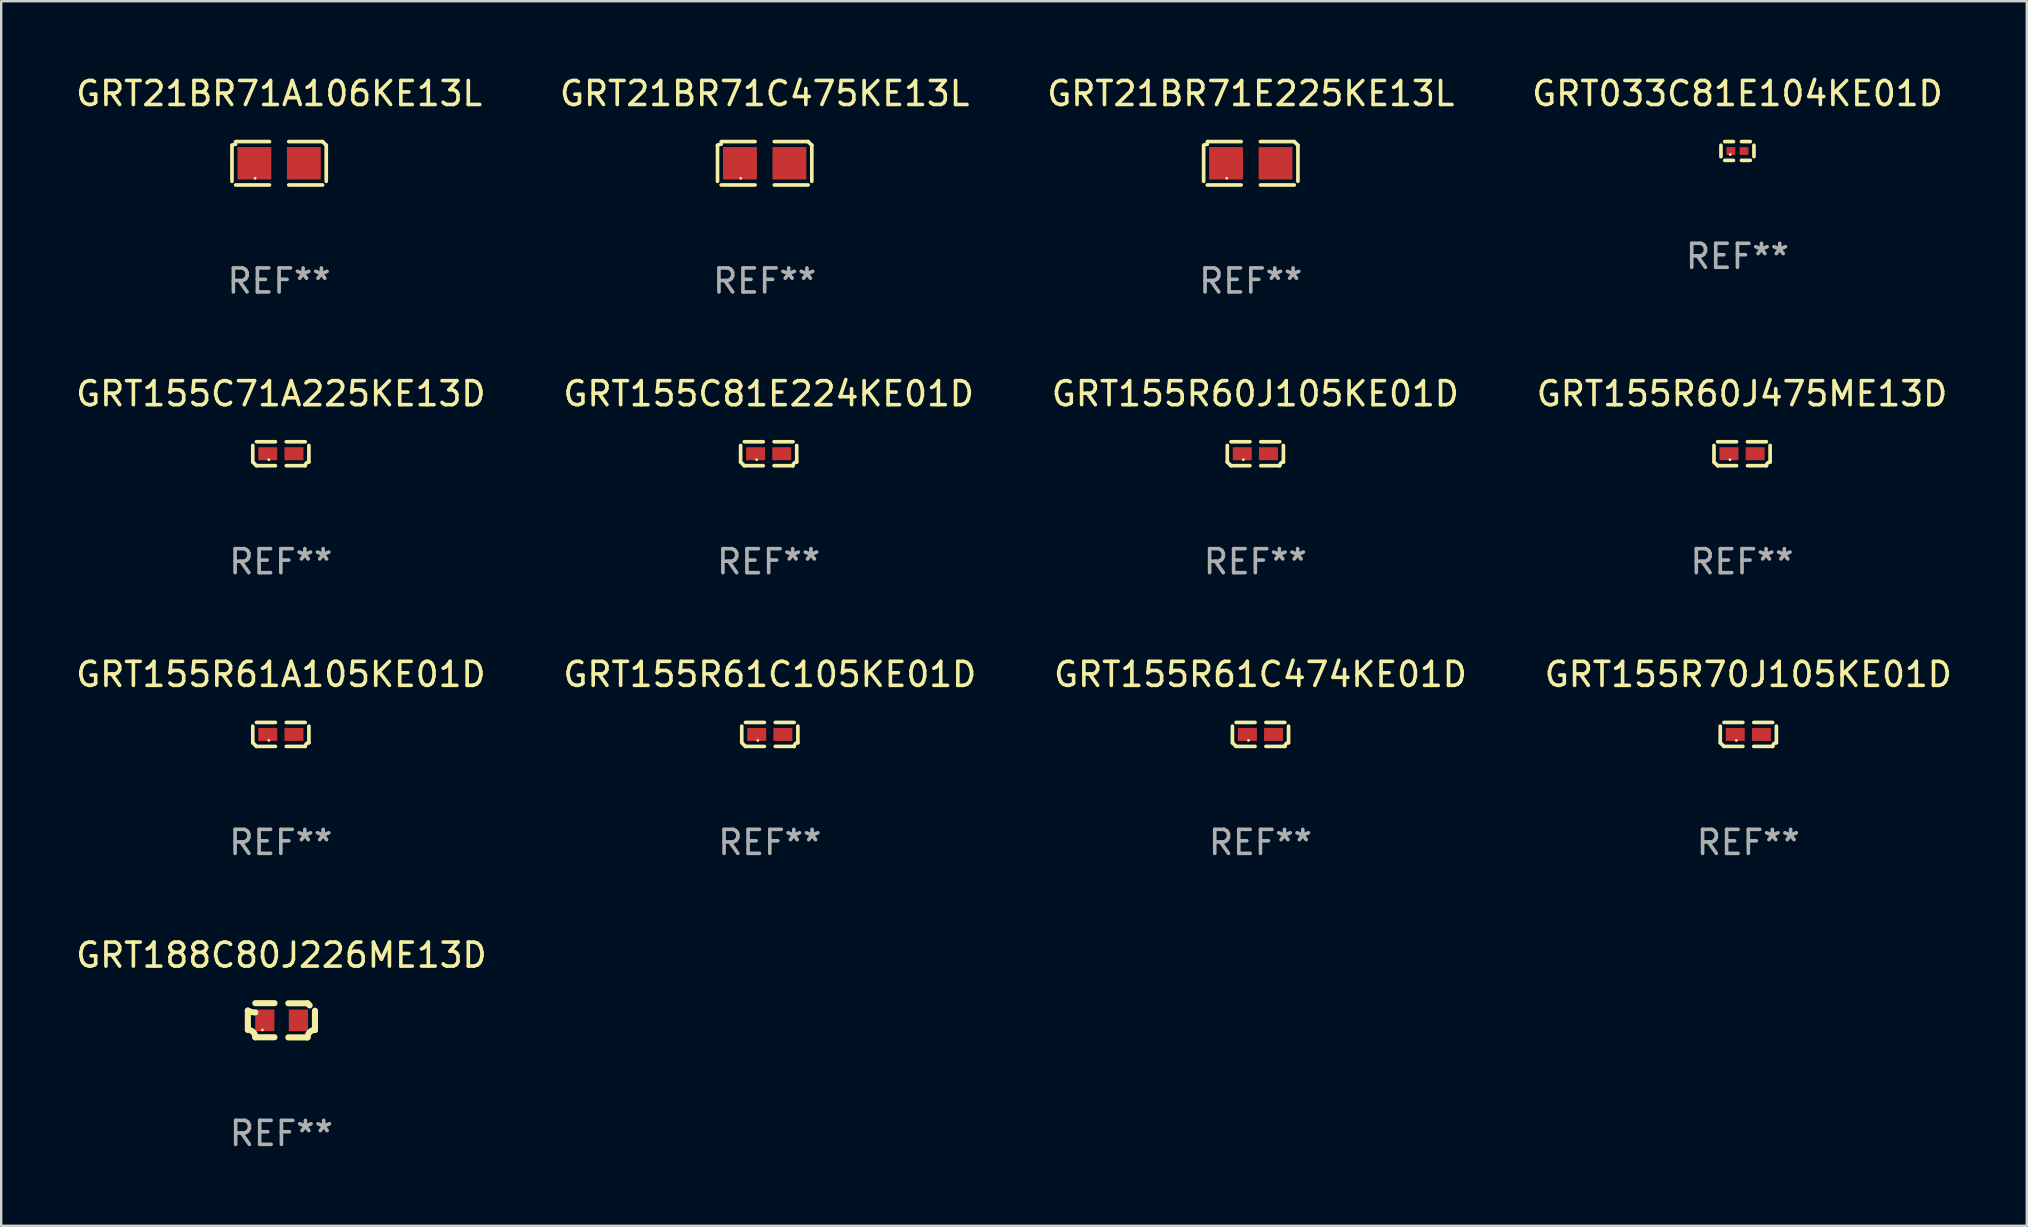
<source format=kicad_pcb>
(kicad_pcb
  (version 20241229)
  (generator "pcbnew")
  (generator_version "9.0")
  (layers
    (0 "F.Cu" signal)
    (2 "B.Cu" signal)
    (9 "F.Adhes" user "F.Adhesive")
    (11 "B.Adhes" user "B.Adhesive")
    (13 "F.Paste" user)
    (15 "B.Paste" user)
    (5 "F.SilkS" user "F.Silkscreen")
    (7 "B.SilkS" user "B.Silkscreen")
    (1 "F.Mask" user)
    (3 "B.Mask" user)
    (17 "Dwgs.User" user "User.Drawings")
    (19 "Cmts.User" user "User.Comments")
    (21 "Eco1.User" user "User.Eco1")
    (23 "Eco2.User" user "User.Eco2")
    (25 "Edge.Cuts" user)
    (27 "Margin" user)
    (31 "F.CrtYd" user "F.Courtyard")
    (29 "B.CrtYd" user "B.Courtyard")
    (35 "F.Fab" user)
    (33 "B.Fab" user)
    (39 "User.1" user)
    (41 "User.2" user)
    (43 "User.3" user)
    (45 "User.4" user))
  (footprint "GRT155R60J475ME13D"
    (layer "F.Cu")
    (at 69.518 15.851)
    (property "Reference" "GRT155R60J475ME13D" (at 0 -2.499 0) (layer "F.SilkS") (effects (font (size 1 1) (thickness 0.15))))
    (attr through_hole)
    (fp_line (start -1.169 0.346) (end -1.169 -0.346) (stroke (width 0.152) (type solid)) (layer "F.SilkS"))
    (fp_line (start -1.016 -0.499) (end -0.226 -0.499) (stroke (width 0.152) (type solid)) (layer "F.SilkS"))
    (fp_line (start -0.226 0.499) (end -1.016 0.499) (stroke (width 0.152) (type solid)) (layer "F.SilkS"))
    (fp_line (start 0.226 0.499) (end 1.016 0.499) (stroke (width 0.152) (type solid)) (layer "F.SilkS"))
    (fp_line (start 1.016 -0.499) (end 0.226 -0.499) (stroke (width 0.152) (type solid)) (layer "F.SilkS"))
    (fp_line (start 1.169 0.346) (end 1.169 -0.346) (stroke (width 0.152) (type solid)) (layer "F.SilkS"))
    (fp_arc (start -1.016307 0.498603) (mid -1.092512 0.422405) (end -1.16871 0.3462) (stroke (width 0.1524) (type solid)) (layer "F.SilkS"))
    (fp_arc (start 1.016307 0.498603) (mid 1.060899 0.390758) (end 1.168707 0.346076) (stroke (width 0.1524) (type solid)) (layer "F.SilkS"))
    (fp_circle (center -0.5 0.25) (end -0.47 0.25) (stroke (width 0.06) (type solid)) (fill no) (layer "F.SilkS"))
    (fp_text user "REF**" (at 0 4.499 0) (layer "F.Fab") (effects (font (size 1 1) (thickness 0.15))))
    (pad "1" smd rect (at -0.545 0) (size 0.79 0.54) (layers "F.Cu" "F.Mask" "F.Paste"))
    (pad "2" smd rect (at 0.545 0) (size 0.79 0.54) (layers "F.Cu" "F.Mask" "F.Paste")))
  (footprint "GRT155R70J105KE01D"
    (layer "F.Cu")
    (at 69.78 27.544)
    (property "Reference" "GRT155R70J105KE01D" (at 0 -2.499 0) (layer "F.SilkS") (effects (font (size 1 1) (thickness 0.15))))
    (attr through_hole)
    (fp_line (start -1.169 0.346) (end -1.169 -0.346) (stroke (width 0.152) (type solid)) (layer "F.SilkS"))
    (fp_line (start -1.016 -0.499) (end -0.226 -0.499) (stroke (width 0.152) (type solid)) (layer "F.SilkS"))
    (fp_line (start -0.226 0.499) (end -1.016 0.499) (stroke (width 0.152) (type solid)) (layer "F.SilkS"))
    (fp_line (start 0.226 0.499) (end 1.016 0.499) (stroke (width 0.152) (type solid)) (layer "F.SilkS"))
    (fp_line (start 1.016 -0.499) (end 0.226 -0.499) (stroke (width 0.152) (type solid)) (layer "F.SilkS"))
    (fp_line (start 1.169 0.346) (end 1.169 -0.346) (stroke (width 0.152) (type solid)) (layer "F.SilkS"))
    (fp_arc (start -1.016307 0.498603) (mid -1.092512 0.422405) (end -1.16871 0.3462) (stroke (width 0.1524) (type solid)) (layer "F.SilkS"))
    (fp_arc (start 1.016307 0.498603) (mid 1.060899 0.390758) (end 1.168707 0.346076) (stroke (width 0.1524) (type solid)) (layer "F.SilkS"))
    (fp_circle (center -0.5 0.25) (end -0.47 0.25) (stroke (width 0.06) (type solid)) (fill no) (layer "F.SilkS"))
    (fp_text user "REF**" (at 0 4.499 0) (layer "F.Fab") (effects (font (size 1 1) (thickness 0.15))))
    (pad "1" smd rect (at -0.545 0) (size 0.79 0.54) (layers "F.Cu" "F.Mask" "F.Paste"))
    (pad "2" smd rect (at 0.545 0) (size 0.79 0.54) (layers "F.Cu" "F.Mask" "F.Paste")))
  (footprint "GRT188C80J226ME13D"
    (layer "F.Cu")
    (at 8.673 39.452)
    (property "Reference" "GRT188C80J226ME13D" (at 0 -2.713 0) (layer "F.SilkS") (effects (font (size 1 1) (thickness 0.15))))
    (attr through_hole)
    (fp_line (start -1.398 -0.403) (end -1.398 0.397) (stroke (width 0.254) (type solid)) (layer "F.SilkS"))
    (fp_line (start -0.288 -0.713) (end -1.088 -0.713) (stroke (width 0.254) (type solid)) (layer "F.SilkS"))
    (fp_line (start -0.288 0.707) (end -1.088 0.707) (stroke (width 0.254) (type solid)) (layer "F.SilkS"))
    (fp_line (start 0.288 -0.707) (end 1.088 -0.707) (stroke (width 0.254) (type solid)) (layer "F.SilkS"))
    (fp_line (start 0.288 0.713) (end 1.088 0.713) (stroke (width 0.254) (type solid)) (layer "F.SilkS"))
    (fp_line (start 1.398 -0.397) (end 1.398 0.403) (stroke (width 0.254) (type solid)) (layer "F.SilkS"))
    (fp_arc (start -1.397789 0.397066) (mid -1.178701 0.487826) (end -1.08796 0.706922) (stroke (width 0.254001) (type solid)) (layer "F.SilkS"))
    (fp_arc (start -1.08796 -0.327176) (mid -1.247436 -0.346384) (end -1.39779 -0.402908) (stroke (width 0.254001) (type solid)) (layer "F.SilkS"))
    (fp_arc (start 1.087909 0.712738) (mid 1.178656 0.493655) (end 1.397739 0.402908) (stroke (width 0.254001) (type solid)) (layer "F.SilkS"))
    (fp_arc (start 1.175925 -0.618926) (mid 1.131917 -0.662923) (end 1.08791 -0.706922) (stroke (width 0.254001) (type solid)) (layer "F.SilkS"))
    (fp_circle (center -0.792 0.403) (end -0.762 0.403) (stroke (width 0.06) (type solid)) (fill no) (layer "F.SilkS"))
    (fp_text user "REF**" (at 0 4.713 0) (layer "F.Fab") (effects (font (size 1 1) (thickness 0.15))))
    (pad "1" smd rect (at -0.692 0.003) (size 0.8 0.9) (layers "F.Cu" "F.Mask" "F.Paste"))
    (pad "2" smd rect (at 0.708 0.003) (size 0.8 0.9) (layers "F.Cu" "F.Mask" "F.Paste")))
  (footprint "GRT21BR71A106KE13L"
    (layer "F.Cu")
    (at 8.577 3.752)
    (property "Reference" "GRT21BR71A106KE13L" (at 0 -2.904 0) (layer "F.SilkS") (effects (font (size 1 1) (thickness 0.15))))
    (attr through_hole)
    (fp_line (start -1.964 0.751) (end -1.964 -0.751) (stroke (width 0.152) (type solid)) (layer "F.SilkS"))
    (fp_line (start -1.811 -0.904) (end -0.401 -0.904) (stroke (width 0.152) (type solid)) (layer "F.SilkS"))
    (fp_line (start -0.401 0.904) (end -1.811 0.904) (stroke (width 0.152) (type solid)) (layer "F.SilkS"))
    (fp_line (start 0.401 0.904) (end 1.811 0.904) (stroke (width 0.152) (type solid)) (layer "F.SilkS"))
    (fp_line (start 1.811 -0.904) (end 0.401 -0.904) (stroke (width 0.152) (type solid)) (layer "F.SilkS"))
    (fp_line (start 1.964 0.751) (end 1.964 -0.751) (stroke (width 0.152) (type solid)) (layer "F.SilkS"))
    (fp_arc (start -1.963602 -0.751207) (mid -1.890354 -0.783131) (end -1.811201 -0.794044) (stroke (width 0.1524) (type solid)) (layer "F.SilkS"))
    (fp_arc (start 1.811202 -0.903607) (mid 1.887413 -0.827418) (end 1.963602 -0.751207) (stroke (width 0.1524) (type solid)) (layer "F.SilkS"))
    (fp_circle (center -1 0.625) (end -0.97 0.625) (stroke (width 0.06) (type solid)) (fill no) (layer "F.SilkS"))
    (fp_text user "REF**" (at 0 4.904 0) (layer "F.Fab") (effects (font (size 1 1) (thickness 0.15))))
    (pad "1" smd rect (at -1.03 0) (size 1.41 1.35) (layers "F.Cu" "F.Mask" "F.Paste"))
    (pad "2" smd rect (at 1.03 0) (size 1.41 1.35) (layers "F.Cu" "F.Mask" "F.Paste")))
  (footprint "GRT155R60J105KE01D"
    (layer "F.Cu")
    (at 49.244 15.851)
    (property "Reference" "GRT155R60J105KE01D" (at 0 -2.499 0) (layer "F.SilkS") (effects (font (size 1 1) (thickness 0.15))))
    (attr through_hole)
    (fp_line (start -1.169 0.346) (end -1.169 -0.346) (stroke (width 0.152) (type solid)) (layer "F.SilkS"))
    (fp_line (start -1.016 -0.499) (end -0.226 -0.499) (stroke (width 0.152) (type solid)) (layer "F.SilkS"))
    (fp_line (start -0.226 0.499) (end -1.016 0.499) (stroke (width 0.152) (type solid)) (layer "F.SilkS"))
    (fp_line (start 0.226 0.499) (end 1.016 0.499) (stroke (width 0.152) (type solid)) (layer "F.SilkS"))
    (fp_line (start 1.016 -0.499) (end 0.226 -0.499) (stroke (width 0.152) (type solid)) (layer "F.SilkS"))
    (fp_line (start 1.169 0.346) (end 1.169 -0.346) (stroke (width 0.152) (type solid)) (layer "F.SilkS"))
    (fp_arc (start -1.016307 0.498603) (mid -1.092512 0.422405) (end -1.16871 0.3462) (stroke (width 0.1524) (type solid)) (layer "F.SilkS"))
    (fp_arc (start 1.016307 0.498603) (mid 1.060899 0.390758) (end 1.168707 0.346076) (stroke (width 0.1524) (type solid)) (layer "F.SilkS"))
    (fp_circle (center -0.5 0.25) (end -0.47 0.25) (stroke (width 0.06) (type solid)) (fill no) (layer "F.SilkS"))
    (fp_text user "REF**" (at 0 4.499 0) (layer "F.Fab") (effects (font (size 1 1) (thickness 0.15))))
    (pad "1" smd rect (at -0.545 0) (size 0.79 0.54) (layers "F.Cu" "F.Mask" "F.Paste"))
    (pad "2" smd rect (at 0.545 0) (size 0.79 0.54) (layers "F.Cu" "F.Mask" "F.Paste")))
  (footprint "GRT155C71A225KE13D"
    (layer "F.Cu")
    (at 8.649 15.851)
    (property "Reference" "GRT155C71A225KE13D" (at 0 -2.499 0) (layer "F.SilkS") (effects (font (size 1 1) (thickness 0.15))))
    (attr through_hole)
    (fp_line (start -1.169 0.346) (end -1.169 -0.346) (stroke (width 0.152) (type solid)) (layer "F.SilkS"))
    (fp_line (start -1.016 -0.499) (end -0.226 -0.499) (stroke (width 0.152) (type solid)) (layer "F.SilkS"))
    (fp_line (start -0.226 0.499) (end -1.016 0.499) (stroke (width 0.152) (type solid)) (layer "F.SilkS"))
    (fp_line (start 0.226 0.499) (end 1.016 0.499) (stroke (width 0.152) (type solid)) (layer "F.SilkS"))
    (fp_line (start 1.016 -0.499) (end 0.226 -0.499) (stroke (width 0.152) (type solid)) (layer "F.SilkS"))
    (fp_line (start 1.169 0.346) (end 1.169 -0.346) (stroke (width 0.152) (type solid)) (layer "F.SilkS"))
    (fp_arc (start -1.016307 0.498603) (mid -1.092512 0.422405) (end -1.16871 0.3462) (stroke (width 0.1524) (type solid)) (layer "F.SilkS"))
    (fp_arc (start 1.016307 0.498603) (mid 1.060899 0.390758) (end 1.168707 0.346076) (stroke (width 0.1524) (type solid)) (layer "F.SilkS"))
    (fp_circle (center -0.5 0.25) (end -0.47 0.25) (stroke (width 0.06) (type solid)) (fill no) (layer "F.SilkS"))
    (fp_text user "REF**" (at 0 4.499 0) (layer "F.Fab") (effects (font (size 1 1) (thickness 0.15))))
    (pad "1" smd rect (at -0.545 0) (size 0.79 0.54) (layers "F.Cu" "F.Mask" "F.Paste"))
    (pad "2" smd rect (at 0.545 0) (size 0.79 0.54) (layers "F.Cu" "F.Mask" "F.Paste")))
  (footprint "GRT155C81E224KE01D"
    (layer "F.Cu")
    (at 28.97 15.851)
    (property "Reference" "GRT155C81E224KE01D" (at 0 -2.499 0) (layer "F.SilkS") (effects (font (size 1 1) (thickness 0.15))))
    (attr through_hole)
    (fp_line (start -1.169 0.346) (end -1.169 -0.346) (stroke (width 0.152) (type solid)) (layer "F.SilkS"))
    (fp_line (start -1.016 -0.499) (end -0.226 -0.499) (stroke (width 0.152) (type solid)) (layer "F.SilkS"))
    (fp_line (start -0.226 0.499) (end -1.016 0.499) (stroke (width 0.152) (type solid)) (layer "F.SilkS"))
    (fp_line (start 0.226 0.499) (end 1.016 0.499) (stroke (width 0.152) (type solid)) (layer "F.SilkS"))
    (fp_line (start 1.016 -0.499) (end 0.226 -0.499) (stroke (width 0.152) (type solid)) (layer "F.SilkS"))
    (fp_line (start 1.169 0.346) (end 1.169 -0.346) (stroke (width 0.152) (type solid)) (layer "F.SilkS"))
    (fp_arc (start -1.016307 0.498603) (mid -1.092512 0.422405) (end -1.16871 0.3462) (stroke (width 0.1524) (type solid)) (layer "F.SilkS"))
    (fp_arc (start 1.016307 0.498603) (mid 1.060899 0.390758) (end 1.168707 0.346076) (stroke (width 0.1524) (type solid)) (layer "F.SilkS"))
    (fp_circle (center -0.5 0.25) (end -0.47 0.25) (stroke (width 0.06) (type solid)) (fill no) (layer "F.SilkS"))
    (fp_text user "REF**" (at 0 4.499 0) (layer "F.Fab") (effects (font (size 1 1) (thickness 0.15))))
    (pad "1" smd rect (at -0.545 0) (size 0.79 0.54) (layers "F.Cu" "F.Mask" "F.Paste"))
    (pad "2" smd rect (at 0.545 0) (size 0.79 0.54) (layers "F.Cu" "F.Mask" "F.Paste")))
  (footprint "GRT155R61C105KE01D"
    (layer "F.Cu")
    (at 29.018 27.544)
    (property "Reference" "GRT155R61C105KE01D" (at 0 -2.499 0) (layer "F.SilkS") (effects (font (size 1 1) (thickness 0.15))))
    (attr through_hole)
    (fp_line (start -1.169 0.346) (end -1.169 -0.346) (stroke (width 0.152) (type solid)) (layer "F.SilkS"))
    (fp_line (start -1.016 -0.499) (end -0.226 -0.499) (stroke (width 0.152) (type solid)) (layer "F.SilkS"))
    (fp_line (start -0.226 0.499) (end -1.016 0.499) (stroke (width 0.152) (type solid)) (layer "F.SilkS"))
    (fp_line (start 0.226 0.499) (end 1.016 0.499) (stroke (width 0.152) (type solid)) (layer "F.SilkS"))
    (fp_line (start 1.016 -0.499) (end 0.226 -0.499) (stroke (width 0.152) (type solid)) (layer "F.SilkS"))
    (fp_line (start 1.169 0.346) (end 1.169 -0.346) (stroke (width 0.152) (type solid)) (layer "F.SilkS"))
    (fp_arc (start -1.016307 0.498603) (mid -1.092512 0.422405) (end -1.16871 0.3462) (stroke (width 0.1524) (type solid)) (layer "F.SilkS"))
    (fp_arc (start 1.016307 0.498603) (mid 1.060899 0.390758) (end 1.168707 0.346076) (stroke (width 0.1524) (type solid)) (layer "F.SilkS"))
    (fp_circle (center -0.5 0.25) (end -0.47 0.25) (stroke (width 0.06) (type solid)) (fill no) (layer "F.SilkS"))
    (fp_text user "REF**" (at 0 4.499 0) (layer "F.Fab") (effects (font (size 1 1) (thickness 0.15))))
    (pad "1" smd rect (at -0.545 0) (size 0.79 0.54) (layers "F.Cu" "F.Mask" "F.Paste"))
    (pad "2" smd rect (at 0.545 0) (size 0.79 0.54) (layers "F.Cu" "F.Mask" "F.Paste")))
  (footprint "GRT21BR71C475KE13L"
    (layer "F.Cu")
    (at 28.804 3.752)
    (property "Reference" "GRT21BR71C475KE13L" (at 0 -2.904 0) (layer "F.SilkS") (effects (font (size 1 1) (thickness 0.15))))
    (attr through_hole)
    (fp_line (start -1.964 0.751) (end -1.964 -0.751) (stroke (width 0.152) (type solid)) (layer "F.SilkS"))
    (fp_line (start -1.811 -0.904) (end -0.401 -0.904) (stroke (width 0.152) (type solid)) (layer "F.SilkS"))
    (fp_line (start -0.401 0.904) (end -1.811 0.904) (stroke (width 0.152) (type solid)) (layer "F.SilkS"))
    (fp_line (start 0.401 0.904) (end 1.811 0.904) (stroke (width 0.152) (type solid)) (layer "F.SilkS"))
    (fp_line (start 1.811 -0.904) (end 0.401 -0.904) (stroke (width 0.152) (type solid)) (layer "F.SilkS"))
    (fp_line (start 1.964 0.751) (end 1.964 -0.751) (stroke (width 0.152) (type solid)) (layer "F.SilkS"))
    (fp_arc (start -1.963602 -0.751207) (mid -1.890354 -0.783131) (end -1.811201 -0.794044) (stroke (width 0.1524) (type solid)) (layer "F.SilkS"))
    (fp_arc (start 1.811202 -0.903607) (mid 1.887413 -0.827418) (end 1.963602 -0.751207) (stroke (width 0.1524) (type solid)) (layer "F.SilkS"))
    (fp_circle (center -1 0.625) (end -0.97 0.625) (stroke (width 0.06) (type solid)) (fill no) (layer "F.SilkS"))
    (fp_text user "REF**" (at 0 4.904 0) (layer "F.Fab") (effects (font (size 1 1) (thickness 0.15))))
    (pad "1" smd rect (at -1.03 0) (size 1.41 1.35) (layers "F.Cu" "F.Mask" "F.Paste"))
    (pad "2" smd rect (at 1.03 0) (size 1.41 1.35) (layers "F.Cu" "F.Mask" "F.Paste")))
  (footprint "GRT155R61A105KE01D"
    (layer "F.Cu")
    (at 8.649 27.544)
    (property "Reference" "GRT155R61A105KE01D" (at 0 -2.499 0) (layer "F.SilkS") (effects (font (size 1 1) (thickness 0.15))))
    (attr through_hole)
    (fp_line (start -1.169 0.346) (end -1.169 -0.346) (stroke (width 0.152) (type solid)) (layer "F.SilkS"))
    (fp_line (start -1.016 -0.499) (end -0.226 -0.499) (stroke (width 0.152) (type solid)) (layer "F.SilkS"))
    (fp_line (start -0.226 0.499) (end -1.016 0.499) (stroke (width 0.152) (type solid)) (layer "F.SilkS"))
    (fp_line (start 0.226 0.499) (end 1.016 0.499) (stroke (width 0.152) (type solid)) (layer "F.SilkS"))
    (fp_line (start 1.016 -0.499) (end 0.226 -0.499) (stroke (width 0.152) (type solid)) (layer "F.SilkS"))
    (fp_line (start 1.169 0.346) (end 1.169 -0.346) (stroke (width 0.152) (type solid)) (layer "F.SilkS"))
    (fp_arc (start -1.016307 0.498603) (mid -1.092512 0.422405) (end -1.16871 0.3462) (stroke (width 0.1524) (type solid)) (layer "F.SilkS"))
    (fp_arc (start 1.016307 0.498603) (mid 1.060899 0.390758) (end 1.168707 0.346076) (stroke (width 0.1524) (type solid)) (layer "F.SilkS"))
    (fp_circle (center -0.5 0.25) (end -0.47 0.25) (stroke (width 0.06) (type solid)) (fill no) (layer "F.SilkS"))
    (fp_text user "REF**" (at 0 4.499 0) (layer "F.Fab") (effects (font (size 1 1) (thickness 0.15))))
    (pad "1" smd rect (at -0.545 0) (size 0.79 0.54) (layers "F.Cu" "F.Mask" "F.Paste"))
    (pad "2" smd rect (at 0.545 0) (size 0.79 0.54) (layers "F.Cu" "F.Mask" "F.Paste")))
  (footprint "GRT21BR71E225KE13L"
    (layer "F.Cu")
    (at 49.054 3.752)
    (property "Reference" "GRT21BR71E225KE13L" (at 0 -2.904 0) (layer "F.SilkS") (effects (font (size 1 1) (thickness 0.15))))
    (attr through_hole)
    (fp_line (start -1.964 0.751) (end -1.964 -0.751) (stroke (width 0.152) (type solid)) (layer "F.SilkS"))
    (fp_line (start -1.811 -0.904) (end -0.401 -0.904) (stroke (width 0.152) (type solid)) (layer "F.SilkS"))
    (fp_line (start -0.401 0.904) (end -1.811 0.904) (stroke (width 0.152) (type solid)) (layer "F.SilkS"))
    (fp_line (start 0.401 0.904) (end 1.811 0.904) (stroke (width 0.152) (type solid)) (layer "F.SilkS"))
    (fp_line (start 1.811 -0.904) (end 0.401 -0.904) (stroke (width 0.152) (type solid)) (layer "F.SilkS"))
    (fp_line (start 1.964 0.751) (end 1.964 -0.751) (stroke (width 0.152) (type solid)) (layer "F.SilkS"))
    (fp_arc (start -1.963602 -0.751207) (mid -1.890354 -0.783131) (end -1.811201 -0.794044) (stroke (width 0.1524) (type solid)) (layer "F.SilkS"))
    (fp_arc (start 1.811202 -0.903607) (mid 1.887413 -0.827418) (end 1.963602 -0.751207) (stroke (width 0.1524) (type solid)) (layer "F.SilkS"))
    (fp_circle (center -1 0.625) (end -0.97 0.625) (stroke (width 0.06) (type solid)) (fill no) (layer "F.SilkS"))
    (fp_text user "REF**" (at 0 4.904 0) (layer "F.Fab") (effects (font (size 1 1) (thickness 0.15))))
    (pad "1" smd rect (at -1.03 0) (size 1.41 1.35) (layers "F.Cu" "F.Mask" "F.Paste"))
    (pad "2" smd rect (at 1.03 0) (size 1.41 1.35) (layers "F.Cu" "F.Mask" "F.Paste")))
  (footprint "GRT033C81E104KE01D"
    (layer "F.Cu")
    (at 69.327 3.239)
    (property "Reference" "GRT033C81E104KE01D" (at 0 -2.391 0) (layer "F.SilkS") (effects (font (size 1 1) (thickness 0.15))))
    (attr through_hole)
    (fp_line (start -0.687 0.238) (end -0.687 -0.238) (stroke (width 0.152) (type solid)) (layer "F.SilkS"))
    (fp_line (start -0.535 -0.391) (end -0.166 -0.391) (stroke (width 0.152) (type solid)) (layer "F.SilkS"))
    (fp_line (start -0.166 0.391) (end -0.535 0.391) (stroke (width 0.152) (type solid)) (layer "F.SilkS"))
    (fp_line (start 0.166 0.391) (end 0.535 0.391) (stroke (width 0.152) (type solid)) (layer "F.SilkS"))
    (fp_line (start 0.535 -0.391) (end 0.166 -0.391) (stroke (width 0.152) (type solid)) (layer "F.SilkS"))
    (fp_line (start 0.687 0.238) (end 0.687 -0.238) (stroke (width 0.152) (type solid)) (layer "F.SilkS"))
    (fp_circle (center -0.3 0.15) (end -0.27 0.15) (stroke (width 0.06) (type solid)) (fill no) (layer "F.SilkS"))
    (fp_text user "REF**" (at 0 4.391 0) (layer "F.Fab") (effects (font (size 1 1) (thickness 0.15))))
    (pad "1" smd rect (at -0.274 0) (size 0.368 0.324) (layers "F.Cu" "F.Mask" "F.Paste"))
    (pad "2" smd rect (at 0.274 0) (size 0.368 0.324) (layers "F.Cu" "F.Mask" "F.Paste")))
  (footprint "GRT155R61C474KE01D"
    (layer "F.Cu")
    (at 49.458 27.544)
    (property "Reference" "GRT155R61C474KE01D" (at 0 -2.499 0) (layer "F.SilkS") (effects (font (size 1 1) (thickness 0.15))))
    (attr through_hole)
    (fp_line (start -1.169 0.346) (end -1.169 -0.346) (stroke (width 0.152) (type solid)) (layer "F.SilkS"))
    (fp_line (start -1.016 -0.499) (end -0.226 -0.499) (stroke (width 0.152) (type solid)) (layer "F.SilkS"))
    (fp_line (start -0.226 0.499) (end -1.016 0.499) (stroke (width 0.152) (type solid)) (layer "F.SilkS"))
    (fp_line (start 0.226 0.499) (end 1.016 0.499) (stroke (width 0.152) (type solid)) (layer "F.SilkS"))
    (fp_line (start 1.016 -0.499) (end 0.226 -0.499) (stroke (width 0.152) (type solid)) (layer "F.SilkS"))
    (fp_line (start 1.169 0.346) (end 1.169 -0.346) (stroke (width 0.152) (type solid)) (layer "F.SilkS"))
    (fp_arc (start -1.016307 0.498603) (mid -1.092512 0.422405) (end -1.16871 0.3462) (stroke (width 0.1524) (type solid)) (layer "F.SilkS"))
    (fp_arc (start 1.016307 0.498603) (mid 1.060899 0.390758) (end 1.168707 0.346076) (stroke (width 0.1524) (type solid)) (layer "F.SilkS"))
    (fp_circle (center -0.5 0.25) (end -0.47 0.25) (stroke (width 0.06) (type solid)) (fill no) (layer "F.SilkS"))
    (fp_text user "REF**" (at 0 4.499 0) (layer "F.Fab") (effects (font (size 1 1) (thickness 0.15))))
    (pad "1" smd rect (at -0.545 0) (size 0.79 0.54) (layers "F.Cu" "F.Mask" "F.Paste"))
    (pad "2" smd rect (at 0.545 0) (size 0.79 0.54) (layers "F.Cu" "F.Mask" "F.Paste")))
  (gr_rect
    (start -3 -3)
    (end 81.381 48.013)
    (stroke (width 0.1) (type default))
    (fill no)
    (layer "Edge.Cuts")))
</source>
